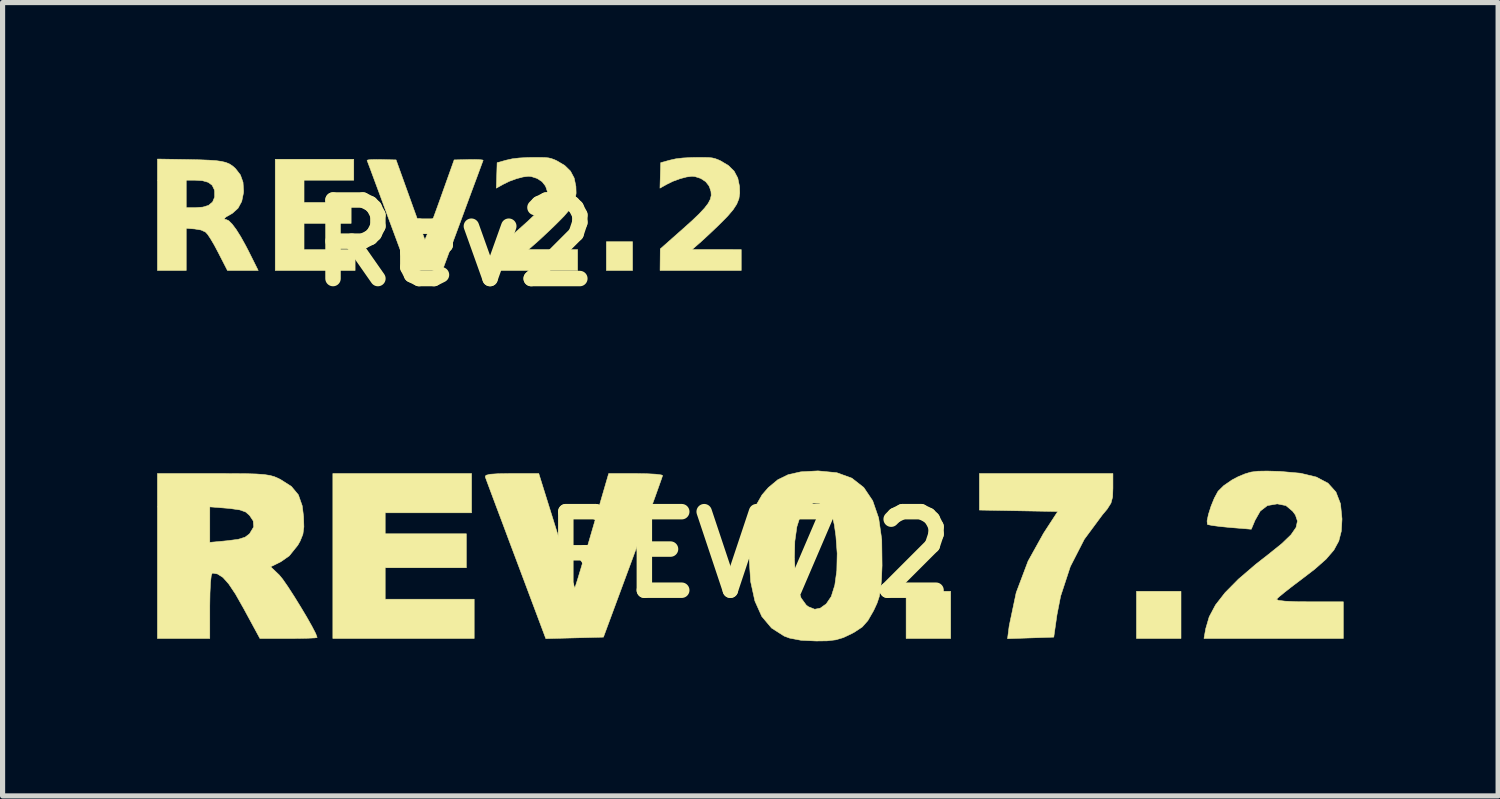
<source format=kicad_pcb>
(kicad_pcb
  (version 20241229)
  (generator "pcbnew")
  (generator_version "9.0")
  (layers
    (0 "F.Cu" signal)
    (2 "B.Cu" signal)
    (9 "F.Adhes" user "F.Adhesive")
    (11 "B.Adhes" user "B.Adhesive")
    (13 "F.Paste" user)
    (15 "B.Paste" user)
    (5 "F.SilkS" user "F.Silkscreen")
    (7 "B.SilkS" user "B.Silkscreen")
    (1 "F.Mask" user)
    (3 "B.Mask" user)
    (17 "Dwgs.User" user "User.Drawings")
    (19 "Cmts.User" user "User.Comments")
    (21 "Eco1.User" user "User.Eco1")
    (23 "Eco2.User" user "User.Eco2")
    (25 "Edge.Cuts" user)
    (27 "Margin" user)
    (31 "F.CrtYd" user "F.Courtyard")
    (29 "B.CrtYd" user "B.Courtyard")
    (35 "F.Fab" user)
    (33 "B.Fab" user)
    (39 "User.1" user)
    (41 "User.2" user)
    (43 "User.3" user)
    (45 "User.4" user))
  (footprint "REV7.2"
    (layer "F.Cu")
    (at 11.486 7.714)
    (property "Reference" "REV7.2" (at 0 0 0) (layer "F.SilkS") (effects (font (size 1.524 1.524) (thickness 0.3))))
    (attr through_hole)
    (fp_poly (pts (xy 3.912 1.626) (xy 3.048 1.626) (xy 3.048 0.711) (xy 3.912 0.711) (xy 3.912 1.626)) (stroke (width 0.01) (type solid)) (fill yes) (layer "F.SilkS"))
    (fp_poly (pts (xy 8.382 1.626) (xy 7.518 1.626) (xy 7.518 0.711) (xy 8.382 0.711) (xy 8.382 1.626)) (stroke (width 0.01) (type solid)) (fill yes) (layer "F.SilkS"))
    (fp_poly (pts (xy -5.385 -0.813) (xy -7.061 -0.813) (xy -7.061 -0.406) (xy -5.486 -0.406) (xy -5.486 0.254) (xy -7.061 0.254) (xy -7.061 0.864) (xy -5.334 0.864) (xy -5.334 1.626) (xy -8.077 1.626) (xy -8.077 -1.575) (xy -5.385 -1.575) (xy -5.385 -0.813)) (stroke (width 0.01) (type solid)) (fill yes) (layer "F.SilkS"))
    (fp_poly (pts (xy 7.061 -1.29) (xy 7.055 -1.122) (xy 7.023 -1.001) (xy 6.95 -0.885) (xy 6.856 -0.773) (xy 6.506 -0.3) (xy 6.234 0.231) (xy 6.046 0.804) (xy 5.975 1.167) (xy 5.913 1.6) (xy 5.016 1.63) (xy 5.048 1.382) (xy 5.184 0.736) (xy 5.414 0.126) (xy 5.715 -0.416) (xy 5.99 -0.838) (xy 5.23 -0.852) (xy 4.47 -0.866) (xy 4.47 -1.575) (xy 7.061 -1.575) (xy 7.061 -1.29)) (stroke (width 0.01) (type solid)) (fill yes) (layer "F.SilkS"))
    (fp_poly (pts (xy -1.984 -1.571) (xy -1.811 -1.562) (xy -1.704 -1.548) (xy -1.678 -1.537) (xy -1.696 -1.481) (xy -1.745 -1.343) (xy -1.82 -1.132) (xy -1.919 -0.86) (xy -2.036 -0.539) (xy -2.168 -0.181) (xy -2.253 0.051) (xy -2.826 1.6) (xy -3.944 1.629) (xy -4.521 0.09) (xy -4.662 -0.285) (xy -4.791 -0.631) (xy -4.906 -0.936) (xy -5 -1.188) (xy -5.07 -1.376) (xy -5.111 -1.487) (xy -5.12 -1.511) (xy -5.105 -1.541) (xy -5.026 -1.561) (xy -4.872 -1.571) (xy -4.629 -1.575) (xy -4.611 -1.575) (xy -4.081 -1.575) (xy -3.736 -0.47) (xy -3.637 -0.153) (xy -3.549 0.129) (xy -3.475 0.363) (xy -3.42 0.534) (xy -3.388 0.63) (xy -3.383 0.646) (xy -3.366 0.602) (xy -3.326 0.475) (xy -3.266 0.277) (xy -3.19 0.022) (xy -3.102 -0.277) (xy -3.049 -0.459) (xy -2.724 -1.575) (xy -2.2 -1.575) (xy -1.984 -1.571)) (stroke (width 0.01) (type solid)) (fill yes) (layer "F.SilkS"))
    (fp_poly (pts (xy 10.304 -1.616) (xy 10.7 -1.581) (xy 11.008 -1.507) (xy 11.235 -1.387) (xy 11.389 -1.216) (xy 11.477 -0.988) (xy 11.506 -0.698) (xy 11.506 -0.682) (xy 11.493 -0.457) (xy 11.444 -0.265) (xy 11.349 -0.09) (xy 11.197 0.087) (xy 10.976 0.282) (xy 10.745 0.459) (xy 10.554 0.603) (xy 10.394 0.728) (xy 10.282 0.82) (xy 10.236 0.864) (xy 10.27 0.886) (xy 10.4 0.902) (xy 10.621 0.912) (xy 10.868 0.914) (xy 11.532 0.914) (xy 11.532 1.626) (xy 8.828 1.626) (xy 8.862 1.435) (xy 8.929 1.206) (xy 9.052 0.975) (xy 9.239 0.735) (xy 9.496 0.475) (xy 9.833 0.186) (xy 10.084 -0.01) (xy 10.342 -0.218) (xy 10.517 -0.387) (xy 10.615 -0.529) (xy 10.642 -0.653) (xy 10.602 -0.771) (xy 10.549 -0.843) (xy 10.418 -0.953) (xy 10.256 -0.985) (xy 10.248 -0.986) (xy 10.059 -0.953) (xy 9.92 -0.846) (xy 9.818 -0.666) (xy 9.746 -0.494) (xy 9.333 -0.528) (xy 9.139 -0.547) (xy 8.987 -0.567) (xy 8.903 -0.584) (xy 8.895 -0.588) (xy 8.888 -0.655) (xy 8.915 -0.783) (xy 8.965 -0.941) (xy 9.029 -1.098) (xy 9.096 -1.222) (xy 9.103 -1.233) (xy 9.21 -1.339) (xy 9.371 -1.45) (xy 9.486 -1.511) (xy 9.62 -1.567) (xy 9.74 -1.603) (xy 9.875 -1.62) (xy 10.054 -1.623) (xy 10.304 -1.616)) (stroke (width 0.01) (type solid)) (fill yes) (layer "F.SilkS"))
    (fp_poly (pts (xy -10.038 -1.574) (xy -9.763 -1.572) (xy -9.559 -1.566) (xy -9.409 -1.555) (xy -9.299 -1.538) (xy -9.212 -1.514) (xy -9.134 -1.48) (xy -9.094 -1.46) (xy -8.882 -1.325) (xy -8.746 -1.162) (xy -8.671 -0.948) (xy -8.645 -0.738) (xy -8.639 -0.539) (xy -8.658 -0.397) (xy -8.711 -0.265) (xy -8.756 -0.185) (xy -8.922 0.022) (xy -9.086 0.137) (xy -9.284 0.235) (xy -9.118 0.393) (xy -9.05 0.476) (xy -8.95 0.62) (xy -8.831 0.804) (xy -8.705 1.008) (xy -8.584 1.21) (xy -8.482 1.391) (xy -8.41 1.53) (xy -8.382 1.606) (xy -8.382 1.608) (xy -8.429 1.615) (xy -8.558 1.621) (xy -8.747 1.625) (xy -8.937 1.626) (xy -9.492 1.626) (xy -9.806 1.047) (xy -9.965 0.766) (xy -10.097 0.568) (xy -10.21 0.441) (xy -10.316 0.374) (xy -10.416 0.356) (xy -10.436 0.404) (xy -10.451 0.538) (xy -10.461 0.742) (xy -10.465 0.991) (xy -10.465 1.626) (xy -11.481 1.626) (xy -11.481 -0.239) (xy -10.465 -0.239) (xy -10.122 -0.271) (xy -9.915 -0.298) (xy -9.782 -0.339) (xy -9.698 -0.401) (xy -9.69 -0.411) (xy -9.613 -0.539) (xy -9.622 -0.655) (xy -9.692 -0.761) (xy -9.768 -0.828) (xy -9.882 -0.869) (xy -10.061 -0.895) (xy -10.124 -0.901) (xy -10.465 -0.928) (xy -10.465 -0.239) (xy -11.481 -0.239) (xy -11.481 -1.575) (xy -10.399 -1.575) (xy -10.038 -1.574)) (stroke (width 0.01) (type solid)) (fill yes) (layer "F.SilkS"))
    (fp_poly (pts (xy 1.703 -1.591) (xy 1.995 -1.485) (xy 2.226 -1.304) (xy 2.399 -1.047) (xy 2.515 -0.711) (xy 2.575 -0.292) (xy 2.581 0.211) (xy 2.57 0.477) (xy 2.553 0.669) (xy 2.526 0.815) (xy 2.484 0.941) (xy 2.421 1.077) (xy 2.41 1.098) (xy 2.305 1.28) (xy 2.196 1.403) (xy 2.045 1.503) (xy 1.988 1.534) (xy 1.829 1.609) (xy 1.684 1.652) (xy 1.514 1.672) (xy 1.302 1.675) (xy 1.008 1.661) (xy 0.787 1.619) (xy 0.682 1.58) (xy 0.436 1.423) (xy 0.247 1.198) (xy 0.113 0.899) (xy 0.031 0.523) (xy 0.001 0.069) (xy 0.88 0.069) (xy 0.893 0.305) (xy 0.938 0.618) (xy 1.009 0.84) (xy 1.111 0.98) (xy 1.156 1.012) (xy 1.275 1.059) (xy 1.383 1.037) (xy 1.499 0.953) (xy 1.595 0.812) (xy 1.664 0.591) (xy 1.703 0.306) (xy 1.71 -0.025) (xy 1.685 -0.363) (xy 1.654 -0.582) (xy 1.62 -0.727) (xy 1.573 -0.822) (xy 1.505 -0.896) (xy 1.5 -0.901) (xy 1.364 -0.994) (xy 1.249 -1.002) (xy 1.121 -0.926) (xy 1.093 -0.902) (xy 0.998 -0.763) (xy 0.928 -0.543) (xy 0.888 -0.259) (xy 0.88 0.069) (xy 0.001 0.069) (xy 0.000441 0.062) (xy 0 -0.007) (xy 0.013 -0.397) (xy 0.056 -0.707) (xy 0.134 -0.955) (xy 0.252 -1.161) (xy 0.374 -1.302) (xy 0.557 -1.454) (xy 0.759 -1.553) (xy 1.005 -1.608) (xy 1.321 -1.625) (xy 1.348 -1.625) (xy 1.703 -1.591)) (stroke (width 0.01) (type solid)) (fill yes) (layer "F.SilkS")))
  (footprint "Rev2"
    (layer "F.Cu")
    (at 5.771 1.666)
    (property "Reference" "Rev2" (at 0 0 0) (layer "F.SilkS") (effects (font (size 1.524 1.524) (thickness 0.3))))
    (attr through_hole)
    (fp_poly (pts (xy 3.454 0.533) (xy 2.946 0.533) (xy 2.946 -0.025) (xy 3.454 -0.025) (xy 3.454 0.533)) (stroke (width 0.01) (type solid)) (fill yes) (layer "F.SilkS"))
    (fp_poly (pts (xy -1.956 -1.219) (xy -2.921 -1.219) (xy -2.921 -0.787) (xy -2.007 -0.787) (xy -2.007 -0.381) (xy -2.921 -0.381) (xy -2.921 0.127) (xy -1.93 0.127) (xy -1.93 0.533) (xy -3.48 0.533) (xy -3.48 -1.626) (xy -1.956 -1.626) (xy -1.956 -1.219)) (stroke (width 0.01) (type solid)) (fill yes) (layer "F.SilkS"))
    (fp_poly (pts (xy -1.421 -1.62) (xy -1.135 -1.613) (xy -0.861 -0.851) (xy -0.794 -0.664) (xy -0.732 -0.493) (xy -0.678 -0.342) (xy -0.633 -0.219) (xy -0.6 -0.128) (xy -0.581 -0.076) (xy -0.578 -0.066) (xy -0.567 -0.083) (xy -0.542 -0.143) (xy -0.504 -0.24) (xy -0.456 -0.369) (xy -0.398 -0.524) (xy -0.334 -0.7) (xy -0.288 -0.828) (xy -0.008 -1.613) (xy 0.278 -1.62) (xy 0.391 -1.621) (xy 0.482 -1.618) (xy 0.539 -1.612) (xy 0.555 -1.605) (xy 0.544 -1.577) (xy 0.518 -1.507) (xy 0.478 -1.398) (xy 0.426 -1.257) (xy 0.363 -1.088) (xy 0.292 -0.896) (xy 0.214 -0.685) (xy 0.155 -0.524) (xy -0.237 0.533) (xy -0.906 0.533) (xy -1.298 -0.524) (xy -1.379 -0.745) (xy -1.455 -0.951) (xy -1.524 -1.137) (xy -1.584 -1.299) (xy -1.633 -1.432) (xy -1.67 -1.53) (xy -1.692 -1.589) (xy -1.698 -1.605) (xy -1.678 -1.613) (xy -1.616 -1.619) (xy -1.523 -1.621) (xy -1.421 -1.62)) (stroke (width 0.01) (type solid)) (fill yes) (layer "F.SilkS"))
    (fp_poly (pts (xy 1.75 -1.659) (xy 1.823 -1.652) (xy 1.882 -1.638) (xy 1.938 -1.617) (xy 1.981 -1.598) (xy 2.138 -1.505) (xy 2.25 -1.395) (xy 2.321 -1.261) (xy 2.355 -1.098) (xy 2.355 -1.092) (xy 2.359 -0.968) (xy 2.343 -0.859) (xy 2.301 -0.755) (xy 2.231 -0.647) (xy 2.127 -0.525) (xy 2.034 -0.43) (xy 1.924 -0.321) (xy 1.806 -0.209) (xy 1.696 -0.106) (xy 1.613 -0.03) (xy 1.435 0.126) (xy 2.388 0.127) (xy 2.388 0.533) (xy 0.813 0.533) (xy 0.815 0.324) (xy 0.817 0.114) (xy 1.258 -0.276) (xy 1.433 -0.433) (xy 1.57 -0.564) (xy 1.673 -0.674) (xy 1.745 -0.767) (xy 1.788 -0.849) (xy 1.806 -0.925) (xy 1.801 -0.999) (xy 1.776 -1.076) (xy 1.761 -1.111) (xy 1.698 -1.191) (xy 1.601 -1.254) (xy 1.489 -1.29) (xy 1.433 -1.295) (xy 1.327 -1.282) (xy 1.196 -1.247) (xy 1.058 -1.196) (xy 0.945 -1.14) (xy 0.811 -1.065) (xy 0.826 -1.559) (xy 1.003 -1.608) (xy 1.119 -1.634) (xy 1.252 -1.65) (xy 1.416 -1.659) (xy 1.511 -1.661) (xy 1.65 -1.661) (xy 1.75 -1.659)) (stroke (width 0.01) (type solid)) (fill yes) (layer "F.SilkS"))
    (fp_poly (pts (xy 4.925 -1.659) (xy 4.998 -1.652) (xy 5.057 -1.638) (xy 5.113 -1.617) (xy 5.156 -1.598) (xy 5.313 -1.505) (xy 5.425 -1.395) (xy 5.496 -1.261) (xy 5.53 -1.098) (xy 5.53 -1.092) (xy 5.534 -0.968) (xy 5.518 -0.859) (xy 5.476 -0.755) (xy 5.406 -0.647) (xy 5.302 -0.525) (xy 5.209 -0.43) (xy 5.099 -0.321) (xy 4.981 -0.209) (xy 4.871 -0.106) (xy 4.788 -0.03) (xy 4.61 0.126) (xy 5.563 0.127) (xy 5.563 0.533) (xy 3.988 0.533) (xy 3.99 0.324) (xy 3.992 0.114) (xy 4.433 -0.276) (xy 4.608 -0.433) (xy 4.745 -0.564) (xy 4.848 -0.674) (xy 4.92 -0.767) (xy 4.963 -0.849) (xy 4.981 -0.925) (xy 4.976 -0.999) (xy 4.951 -1.076) (xy 4.936 -1.111) (xy 4.873 -1.191) (xy 4.776 -1.254) (xy 4.664 -1.29) (xy 4.608 -1.295) (xy 4.502 -1.282) (xy 4.371 -1.247) (xy 4.233 -1.196) (xy 4.12 -1.14) (xy 3.986 -1.065) (xy 4 -1.559) (xy 4.178 -1.608) (xy 4.294 -1.634) (xy 4.427 -1.65) (xy 4.591 -1.659) (xy 4.686 -1.661) (xy 4.825 -1.661) (xy 4.925 -1.659)) (stroke (width 0.01) (type solid)) (fill yes) (layer "F.SilkS"))
    (fp_poly (pts (xy -5.163 -1.62) (xy -4.944 -1.615) (xy -4.769 -1.608) (xy -4.631 -1.599) (xy -4.524 -1.584) (xy -4.44 -1.564) (xy -4.373 -1.537) (xy -4.316 -1.501) (xy -4.262 -1.455) (xy -4.249 -1.442) (xy -4.156 -1.322) (xy -4.105 -1.179) (xy -4.094 -1.009) (xy -4.096 -0.975) (xy -4.13 -0.808) (xy -4.202 -0.675) (xy -4.312 -0.576) (xy -4.361 -0.548) (xy -4.435 -0.506) (xy -4.467 -0.476) (xy -4.457 -0.459) (xy -4.436 -0.457) (xy -4.384 -0.434) (xy -4.317 -0.368) (xy -4.237 -0.262) (xy -4.148 -0.12) (xy -4.052 0.053) (xy -4.001 0.151) (xy -3.81 0.533) (xy -4.108 0.533) (xy -4.407 0.533) (xy -4.585 0.186) (xy -4.663 0.039) (xy -4.733 -0.08) (xy -4.79 -0.166) (xy -4.832 -0.212) (xy -4.832 -0.212) (xy -4.921 -0.253) (xy -5.048 -0.274) (xy -5.054 -0.274) (xy -5.207 -0.286) (xy -5.207 0.533) (xy -5.766 0.533) (xy -5.766 -0.686) (xy -5.207 -0.686) (xy -5.036 -0.686) (xy -4.886 -0.697) (xy -4.777 -0.73) (xy -4.776 -0.73) (xy -4.696 -0.796) (xy -4.656 -0.891) (xy -4.657 -1.009) (xy -4.663 -1.037) (xy -4.704 -1.121) (xy -4.78 -1.178) (xy -4.895 -1.21) (xy -5.036 -1.219) (xy -5.207 -1.219) (xy -5.207 -0.686) (xy -5.766 -0.686) (xy -5.766 -1.63) (xy -5.163 -1.62)) (stroke (width 0.01) (type solid)) (fill yes) (layer "F.SilkS")))
  (gr_rect
    (start -3 -3)
    (end 26.022 12.395)
    (stroke (width 0.1) (type default))
    (fill no)
    (layer "Edge.Cuts")))
</source>
